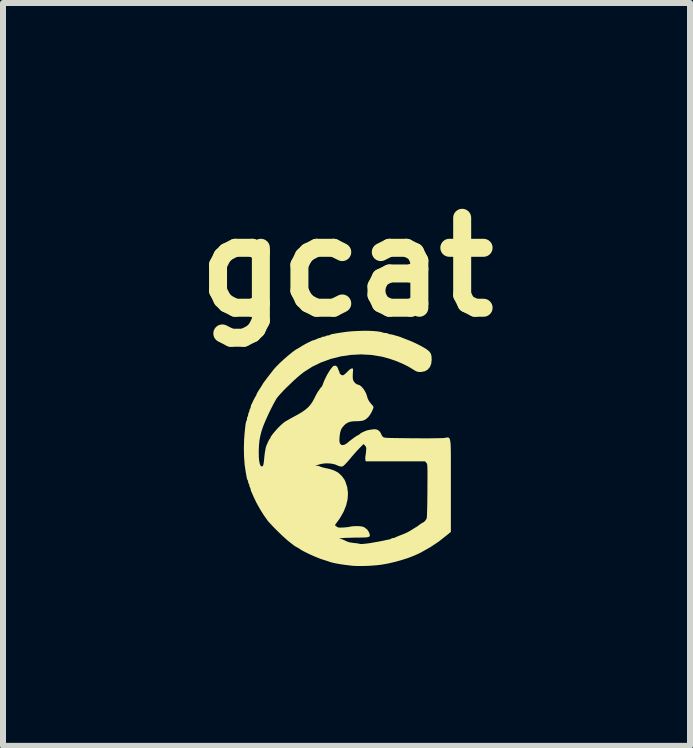
<source format=kicad_pcb>
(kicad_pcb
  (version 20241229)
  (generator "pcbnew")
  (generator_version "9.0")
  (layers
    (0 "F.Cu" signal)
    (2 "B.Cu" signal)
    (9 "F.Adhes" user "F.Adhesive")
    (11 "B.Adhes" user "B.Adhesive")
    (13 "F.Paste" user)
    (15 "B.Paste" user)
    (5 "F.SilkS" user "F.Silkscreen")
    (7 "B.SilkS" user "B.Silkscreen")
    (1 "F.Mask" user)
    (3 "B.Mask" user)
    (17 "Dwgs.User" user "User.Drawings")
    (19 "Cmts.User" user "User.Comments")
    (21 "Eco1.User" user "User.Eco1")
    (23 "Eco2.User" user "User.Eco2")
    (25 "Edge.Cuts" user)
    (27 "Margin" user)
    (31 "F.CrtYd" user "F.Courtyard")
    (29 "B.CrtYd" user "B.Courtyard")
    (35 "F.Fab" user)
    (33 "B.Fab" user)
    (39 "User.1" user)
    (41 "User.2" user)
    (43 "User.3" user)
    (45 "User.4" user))
  (footprint "gcat"
    (layer "F.Cu")
    (at 2.729 4.904)
    (property "Reference" "gcat" (at 0 -3.5 0) (layer "F.SilkS") (effects (font (size 1.5 1.5) (thickness 0.3))))
    (attr board_only exclude_from_pos_files exclude_from_bom)
    (fp_poly (pts (xy 0.373 -2.437) (xy 0.441 -2.434) (xy 0.502 -2.429) (xy 0.553 -2.422) (xy 0.589 -2.414) (xy 0.602 -2.409) (xy 0.624 -2.403) (xy 0.653 -2.4) (xy 0.654 -2.4) (xy 0.679 -2.397) (xy 0.694 -2.391) (xy 0.695 -2.39) (xy 0.709 -2.382) (xy 0.722 -2.38) (xy 0.747 -2.377) (xy 0.774 -2.371) (xy 0.804 -2.362) (xy 0.84 -2.352) (xy 0.85 -2.349) (xy 0.889 -2.337) (xy 0.927 -2.322) (xy 0.935 -2.319) (xy 0.97 -2.305) (xy 1.005 -2.292) (xy 1.01 -2.29) (xy 1.071 -2.266) (xy 1.138 -2.236) (xy 1.206 -2.203) (xy 1.27 -2.169) (xy 1.323 -2.137) (xy 1.353 -2.116) (xy 1.386 -2.086) (xy 1.407 -2.054) (xy 1.417 -2.013) (xy 1.42 -1.96) (xy 1.413 -1.89) (xy 1.391 -1.834) (xy 1.355 -1.791) (xy 1.307 -1.763) (xy 1.246 -1.751) (xy 1.228 -1.75) (xy 1.196 -1.752) (xy 1.169 -1.759) (xy 1.14 -1.774) (xy 1.115 -1.79) (xy 1.03 -1.841) (xy 0.931 -1.89) (xy 0.823 -1.935) (xy 0.712 -1.973) (xy 0.603 -2.003) (xy 0.579 -2.008) (xy 0.412 -2.035) (xy 0.241 -2.044) (xy 0.07 -2.035) (xy -0.099 -2.01) (xy -0.263 -1.968) (xy -0.422 -1.911) (xy -0.571 -1.839) (xy -0.709 -1.751) (xy -0.725 -1.739) (xy -0.77 -1.704) (xy -0.822 -1.659) (xy -0.879 -1.608) (xy -0.938 -1.552) (xy -0.996 -1.496) (xy -1.051 -1.441) (xy -1.098 -1.39) (xy -1.137 -1.347) (xy -1.163 -1.313) (xy -1.165 -1.311) (xy -1.183 -1.28) (xy -1.208 -1.235) (xy -1.237 -1.18) (xy -1.268 -1.119) (xy -1.298 -1.057) (xy -1.3 -1.053) (xy -1.348 -0.947) (xy -1.387 -0.853) (xy -1.416 -0.769) (xy -1.437 -0.689) (xy -1.452 -0.609) (xy -1.46 -0.527) (xy -1.464 -0.437) (xy -1.464 -0.42) (xy -1.463 -0.336) (xy -1.457 -0.269) (xy -1.447 -0.22) (xy -1.434 -0.188) (xy -1.416 -0.175) (xy -1.404 -0.177) (xy -1.397 -0.182) (xy -1.395 -0.185) (xy -0.519 -0.185) (xy -0.517 -0.183) (xy -0.499 -0.185) (xy -0.498 -0.186) (xy -0.466 -0.184) (xy -0.448 -0.177) (xy -0.428 -0.168) (xy -0.394 -0.158) (xy -0.353 -0.148) (xy -0.335 -0.145) (xy -0.267 -0.129) (xy -0.205 -0.107) (xy -0.154 -0.081) (xy -0.133 -0.067) (xy -0.076 -0.013) (xy -0.034 0.046) (xy -0.021 0.073) (xy 0.011 0.168) (xy 0.024 0.269) (xy 0.018 0.372) (xy -0.007 0.477) (xy -0.05 0.583) (xy -0.111 0.689) (xy -0.136 0.724) (xy -0.194 0.803) (xy -0.168 0.825) (xy -0.154 0.836) (xy -0.139 0.842) (xy -0.118 0.845) (xy -0.086 0.844) (xy -0.048 0.843) (xy -0.005 0.839) (xy 0.031 0.835) (xy 0.056 0.831) (xy 0.062 0.829) (xy 0.079 0.825) (xy 0.111 0.822) (xy 0.151 0.82) (xy 0.168 0.82) (xy 0.216 0.821) (xy 0.251 0.825) (xy 0.278 0.832) (xy 0.3 0.842) (xy 0.345 0.877) (xy 0.376 0.925) (xy 0.385 0.953) (xy 0.389 0.972) (xy 0.387 0.986) (xy 0.378 0.996) (xy 0.359 1.003) (xy 0.327 1.008) (xy 0.281 1.01) (xy 0.219 1.011) (xy 0.191 1.011) (xy 0.127 1.012) (xy 0.064 1.014) (xy 0.007 1.015) (xy -0.039 1.017) (xy -0.06 1.019) (xy -0.097 1.022) (xy -0.116 1.025) (xy -0.119 1.027) (xy -0.108 1.031) (xy -0.095 1.033) (xy -0.061 1.044) (xy -0.024 1.061) (xy -0.014 1.066) (xy 0.019 1.081) (xy 0.059 1.092) (xy 0.114 1.1) (xy 0.121 1.101) (xy 0.162 1.105) (xy 0.195 1.11) (xy 0.215 1.114) (xy 0.219 1.116) (xy 0.232 1.118) (xy 0.26 1.118) (xy 0.298 1.115) (xy 0.343 1.11) (xy 0.389 1.104) (xy 0.41 1.1) (xy 0.455 1.092) (xy 0.503 1.084) (xy 0.52 1.081) (xy 0.563 1.073) (xy 0.608 1.064) (xy 0.625 1.06) (xy 0.662 1.052) (xy 0.696 1.045) (xy 0.708 1.043) (xy 0.732 1.037) (xy 0.745 1.029) (xy 0.746 1.029) (xy 0.759 1.021) (xy 0.771 1.02) (xy 0.797 1.015) (xy 0.808 1.011) (xy 0.835 0.998) (xy 0.871 0.983) (xy 0.905 0.97) (xy 0.966 0.946) (xy 1.016 0.923) (xy 1.063 0.897) (xy 1.093 0.878) (xy 1.123 0.859) (xy 1.145 0.845) (xy 1.155 0.84) (xy 1.156 0.84) (xy 1.165 0.834) (xy 1.186 0.82) (xy 1.212 0.8) (xy 1.241 0.78) (xy 1.264 0.765) (xy 1.276 0.76) (xy 1.29 0.752) (xy 1.31 0.733) (xy 1.328 0.707) (xy 1.335 0.695) (xy 1.338 0.679) (xy 1.341 0.645) (xy 1.343 0.591) (xy 1.345 0.519) (xy 1.347 0.43) (xy 1.348 0.325) (xy 1.349 0.23) (xy 1.349 0.124) (xy 1.35 0.036) (xy 1.35 -0.035) (xy 1.35 -0.092) (xy 1.349 -0.136) (xy 1.348 -0.169) (xy 1.346 -0.193) (xy 1.344 -0.21) (xy 1.341 -0.221) (xy 1.337 -0.229) (xy 1.333 -0.235) (xy 1.33 -0.237) (xy 1.309 -0.26) (xy 0.815 -0.26) (xy 0.32 -0.26) (xy 0.314 -0.285) (xy 0.312 -0.313) (xy 0.314 -0.343) (xy 0.319 -0.371) (xy 0.324 -0.409) (xy 0.326 -0.436) (xy 0.329 -0.471) (xy 0.327 -0.494) (xy 0.319 -0.51) (xy 0.308 -0.523) (xy 0.284 -0.549) (xy 0.208 -0.472) (xy 0.168 -0.429) (xy 0.125 -0.381) (xy 0.086 -0.336) (xy 0.073 -0.32) (xy 0.041 -0.282) (xy 0.008 -0.244) (xy -0.02 -0.215) (xy -0.028 -0.206) (xy -0.053 -0.184) (xy -0.071 -0.174) (xy -0.089 -0.173) (xy -0.101 -0.175) (xy -0.127 -0.182) (xy -0.144 -0.188) (xy -0.145 -0.189) (xy -0.189 -0.208) (xy -0.246 -0.221) (xy -0.31 -0.227) (xy -0.373 -0.225) (xy -0.428 -0.216) (xy -0.46 -0.207) (xy -0.487 -0.198) (xy -0.508 -0.19) (xy -0.519 -0.185) (xy -1.395 -0.185) (xy -1.391 -0.192) (xy -1.385 -0.212) (xy -1.38 -0.243) (xy -1.375 -0.288) (xy -1.37 -0.34) (xy -1.364 -0.391) (xy -1.356 -0.44) (xy -1.349 -0.479) (xy -1.344 -0.5) (xy -1.331 -0.535) (xy -1.315 -0.572) (xy -1.299 -0.605) (xy -1.286 -0.629) (xy -1.278 -0.638) (xy -1.27 -0.65) (xy -1.27 -0.652) (xy -1.263 -0.67) (xy -1.244 -0.698) (xy -1.216 -0.734) (xy -1.182 -0.774) (xy -1.144 -0.816) (xy -1.105 -0.855) (xy -1.068 -0.889) (xy -1.035 -0.915) (xy -1.034 -0.916) (xy -1.014 -0.929) (xy -0.98 -0.948) (xy -0.939 -0.972) (xy -0.895 -0.996) (xy -0.81 -1.042) (xy -0.741 -1.083) (xy -0.686 -1.122) (xy -0.641 -1.161) (xy -0.604 -1.202) (xy -0.572 -1.247) (xy -0.543 -1.299) (xy -0.532 -1.32) (xy -0.512 -1.361) (xy -0.493 -1.395) (xy -0.479 -1.42) (xy -0.473 -1.428) (xy -0.46 -1.445) (xy -0.444 -1.47) (xy -0.443 -1.47) (xy -0.43 -1.49) (xy -0.42 -1.5) (xy -0.419 -1.5) (xy -0.411 -1.508) (xy -0.402 -1.529) (xy -0.4 -1.532) (xy -0.386 -1.57) (xy -0.375 -1.598) (xy -0.364 -1.622) (xy -0.35 -1.653) (xy -0.349 -1.655) (xy -0.326 -1.7) (xy -0.299 -1.746) (xy -0.272 -1.788) (xy -0.246 -1.822) (xy -0.225 -1.845) (xy -0.216 -1.852) (xy -0.186 -1.856) (xy -0.161 -1.843) (xy -0.145 -1.816) (xy -0.143 -1.809) (xy -0.136 -1.786) (xy -0.129 -1.774) (xy -0.122 -1.761) (xy -0.12 -1.748) (xy -0.112 -1.724) (xy -0.092 -1.704) (xy -0.067 -1.695) (xy -0.056 -1.696) (xy -0.039 -1.706) (xy -0.014 -1.727) (xy 0.014 -1.754) (xy 0.015 -1.756) (xy 0.051 -1.79) (xy 0.078 -1.807) (xy 0.089 -1.81) (xy 0.1 -1.809) (xy 0.107 -1.804) (xy 0.109 -1.79) (xy 0.108 -1.764) (xy 0.105 -1.731) (xy 0.103 -1.669) (xy 0.107 -1.625) (xy 0.11 -1.616) (xy 0.125 -1.588) (xy 0.148 -1.562) (xy 0.173 -1.545) (xy 0.189 -1.54) (xy 0.217 -1.531) (xy 0.248 -1.508) (xy 0.279 -1.473) (xy 0.307 -1.431) (xy 0.329 -1.386) (xy 0.339 -1.356) (xy 0.354 -1.305) (xy 0.375 -1.265) (xy 0.405 -1.225) (xy 0.414 -1.215) (xy 0.434 -1.192) (xy 0.447 -1.174) (xy 0.45 -1.168) (xy 0.445 -1.144) (xy 0.431 -1.109) (xy 0.412 -1.071) (xy 0.39 -1.034) (xy 0.37 -1.007) (xy 0.336 -0.973) (xy 0.302 -0.95) (xy 0.263 -0.937) (xy 0.213 -0.931) (xy 0.175 -0.93) (xy 0.11 -0.928) (xy 0.059 -0.92) (xy 0.019 -0.905) (xy -0.017 -0.882) (xy -0.04 -0.86) (xy -0.071 -0.825) (xy -0.092 -0.787) (xy -0.106 -0.74) (xy -0.115 -0.681) (xy -0.117 -0.654) (xy -0.119 -0.612) (xy -0.117 -0.584) (xy -0.111 -0.563) (xy -0.105 -0.554) (xy -0.091 -0.537) (xy -0.073 -0.531) (xy -0.052 -0.533) (xy -0.021 -0.544) (xy 0.009 -0.564) (xy 0.014 -0.568) (xy 0.042 -0.592) (xy 0.077 -0.619) (xy 0.113 -0.646) (xy 0.148 -0.671) (xy 0.177 -0.689) (xy 0.196 -0.699) (xy 0.199 -0.7) (xy 0.212 -0.707) (xy 0.22 -0.715) (xy 0.24 -0.731) (xy 0.273 -0.749) (xy 0.312 -0.766) (xy 0.35 -0.779) (xy 0.375 -0.784) (xy 0.414 -0.79) (xy 0.453 -0.795) (xy 0.455 -0.796) (xy 0.498 -0.793) (xy 0.537 -0.774) (xy 0.566 -0.741) (xy 0.574 -0.723) (xy 0.588 -0.693) (xy 0.606 -0.67) (xy 0.611 -0.665) (xy 0.618 -0.661) (xy 0.628 -0.658) (xy 0.643 -0.655) (xy 0.665 -0.653) (xy 0.695 -0.651) (xy 0.736 -0.65) (xy 0.789 -0.649) (xy 0.856 -0.648) (xy 0.939 -0.647) (xy 1.039 -0.646) (xy 1.082 -0.645) (xy 1.179 -0.645) (xy 1.272 -0.644) (xy 1.36 -0.644) (xy 1.44 -0.645) (xy 1.509 -0.646) (xy 1.564 -0.647) (xy 1.604 -0.648) (xy 1.621 -0.649) (xy 1.642 -0.652) (xy 1.661 -0.656) (xy 1.678 -0.658) (xy 1.692 -0.659) (xy 1.703 -0.655) (xy 1.713 -0.648) (xy 1.721 -0.634) (xy 1.727 -0.613) (xy 1.732 -0.584) (xy 1.736 -0.546) (xy 1.738 -0.496) (xy 1.739 -0.434) (xy 1.74 -0.359) (xy 1.74 -0.269) (xy 1.74 -0.163) (xy 1.74 -0.04) (xy 1.74 0.101) (xy 1.74 0.14) (xy 1.74 0.916) (xy 1.667 0.976) (xy 1.536 1.079) (xy 1.399 1.17) (xy 1.251 1.254) (xy 1.202 1.279) (xy 1.119 1.316) (xy 1.022 1.353) (xy 0.915 1.387) (xy 0.802 1.418) (xy 0.69 1.444) (xy 0.583 1.463) (xy 0.575 1.464) (xy 0.509 1.472) (xy 0.432 1.478) (xy 0.349 1.483) (xy 0.267 1.485) (xy 0.189 1.485) (xy 0.123 1.483) (xy 0.09 1.48) (xy -0.029 1.466) (xy -0.13 1.451) (xy -0.211 1.435) (xy -0.272 1.419) (xy -0.295 1.411) (xy -0.314 1.404) (xy -0.346 1.394) (xy -0.384 1.382) (xy -0.39 1.38) (xy -0.435 1.365) (xy -0.489 1.344) (xy -0.547 1.32) (xy -0.605 1.294) (xy -0.661 1.267) (xy -0.711 1.242) (xy -0.75 1.221) (xy -0.776 1.204) (xy -0.78 1.2) (xy -0.791 1.193) (xy -0.814 1.18) (xy -0.83 1.171) (xy -0.857 1.156) (xy -0.875 1.144) (xy -0.88 1.14) (xy -0.89 1.132) (xy -0.912 1.115) (xy -0.942 1.092) (xy -0.96 1.078) (xy -0.989 1.054) (xy -1.028 1.019) (xy -1.075 0.976) (xy -1.125 0.928) (xy -1.176 0.878) (xy -1.224 0.829) (xy -1.265 0.785) (xy -1.298 0.75) (xy -1.313 0.732) (xy -1.377 0.642) (xy -1.441 0.54) (xy -1.501 0.433) (xy -1.552 0.327) (xy -1.572 0.28) (xy -1.583 0.254) (xy -1.591 0.238) (xy -1.599 0.212) (xy -1.6 0.201) (xy -1.605 0.182) (xy -1.61 0.175) (xy -1.618 0.161) (xy -1.62 0.145) (xy -1.624 0.124) (xy -1.63 0.115) (xy -1.638 0.101) (xy -1.64 0.085) (xy -1.643 0.064) (xy -1.649 0.056) (xy -1.656 0.043) (xy -1.663 0.019) (xy -1.664 0.013) (xy -1.67 -0.02) (xy -1.677 -0.06) (xy -1.681 -0.08) (xy -1.699 -0.202) (xy -1.709 -0.337) (xy -1.712 -0.478) (xy -1.708 -0.621) (xy -1.702 -0.705) (xy -1.695 -0.779) (xy -1.689 -0.835) (xy -1.684 -0.877) (xy -1.679 -0.905) (xy -1.675 -0.923) (xy -1.67 -0.933) (xy -1.669 -0.934) (xy -1.662 -0.951) (xy -1.66 -0.971) (xy -1.657 -0.994) (xy -1.65 -1.005) (xy -1.643 -1.019) (xy -1.64 -1.04) (xy -1.637 -1.063) (xy -1.63 -1.075) (xy -1.622 -1.089) (xy -1.62 -1.105) (xy -1.616 -1.126) (xy -1.61 -1.135) (xy -1.602 -1.149) (xy -1.6 -1.161) (xy -1.595 -1.187) (xy -1.591 -1.198) (xy -1.582 -1.216) (xy -1.568 -1.245) (xy -1.559 -1.265) (xy -1.542 -1.299) (xy -1.525 -1.33) (xy -1.518 -1.342) (xy -1.505 -1.363) (xy -1.5 -1.379) (xy -1.5 -1.379) (xy -1.495 -1.392) (xy -1.481 -1.417) (xy -1.461 -1.449) (xy -1.452 -1.463) (xy -1.429 -1.498) (xy -1.411 -1.527) (xy -1.399 -1.547) (xy -1.398 -1.55) (xy -1.389 -1.564) (xy -1.371 -1.589) (xy -1.346 -1.622) (xy -1.325 -1.65) (xy -1.293 -1.692) (xy -1.26 -1.734) (xy -1.232 -1.77) (xy -1.221 -1.785) (xy -1.191 -1.82) (xy -1.149 -1.864) (xy -1.098 -1.914) (xy -1.042 -1.965) (xy -0.984 -2.016) (xy -0.983 -2.017) (xy -0.946 -2.047) (xy -0.91 -2.076) (xy -0.877 -2.101) (xy -0.851 -2.12) (xy -0.837 -2.129) (xy -0.835 -2.13) (xy -0.824 -2.135) (xy -0.803 -2.148) (xy -0.787 -2.157) (xy -0.719 -2.199) (xy -0.656 -2.233) (xy -0.63 -2.246) (xy -0.602 -2.259) (xy -0.58 -2.27) (xy -0.578 -2.271) (xy -0.558 -2.279) (xy -0.55 -2.28) (xy -0.535 -2.284) (xy -0.51 -2.294) (xy -0.498 -2.3) (xy -0.469 -2.312) (xy -0.445 -2.319) (xy -0.439 -2.32) (xy -0.42 -2.325) (xy -0.415 -2.33) (xy -0.401 -2.337) (xy -0.38 -2.34) (xy -0.357 -2.343) (xy -0.345 -2.35) (xy -0.331 -2.357) (xy -0.31 -2.36) (xy -0.287 -2.363) (xy -0.276 -2.369) (xy -0.263 -2.376) (xy -0.239 -2.383) (xy -0.233 -2.384) (xy -0.146 -2.399) (xy -0.074 -2.41) (xy -0.013 -2.419) (xy 0.044 -2.425) (xy 0.1 -2.43) (xy 0.162 -2.433) (xy 0.23 -2.436) (xy 0.301 -2.438)) (stroke (width 0) (type solid)) (fill yes) (layer "F.SilkS")))
  (gr_rect
    (start -3 -3)
    (end 8.457 9.389)
    (stroke (width 0.1) (type default))
    (fill no)
    (layer "Edge.Cuts")))
</source>
